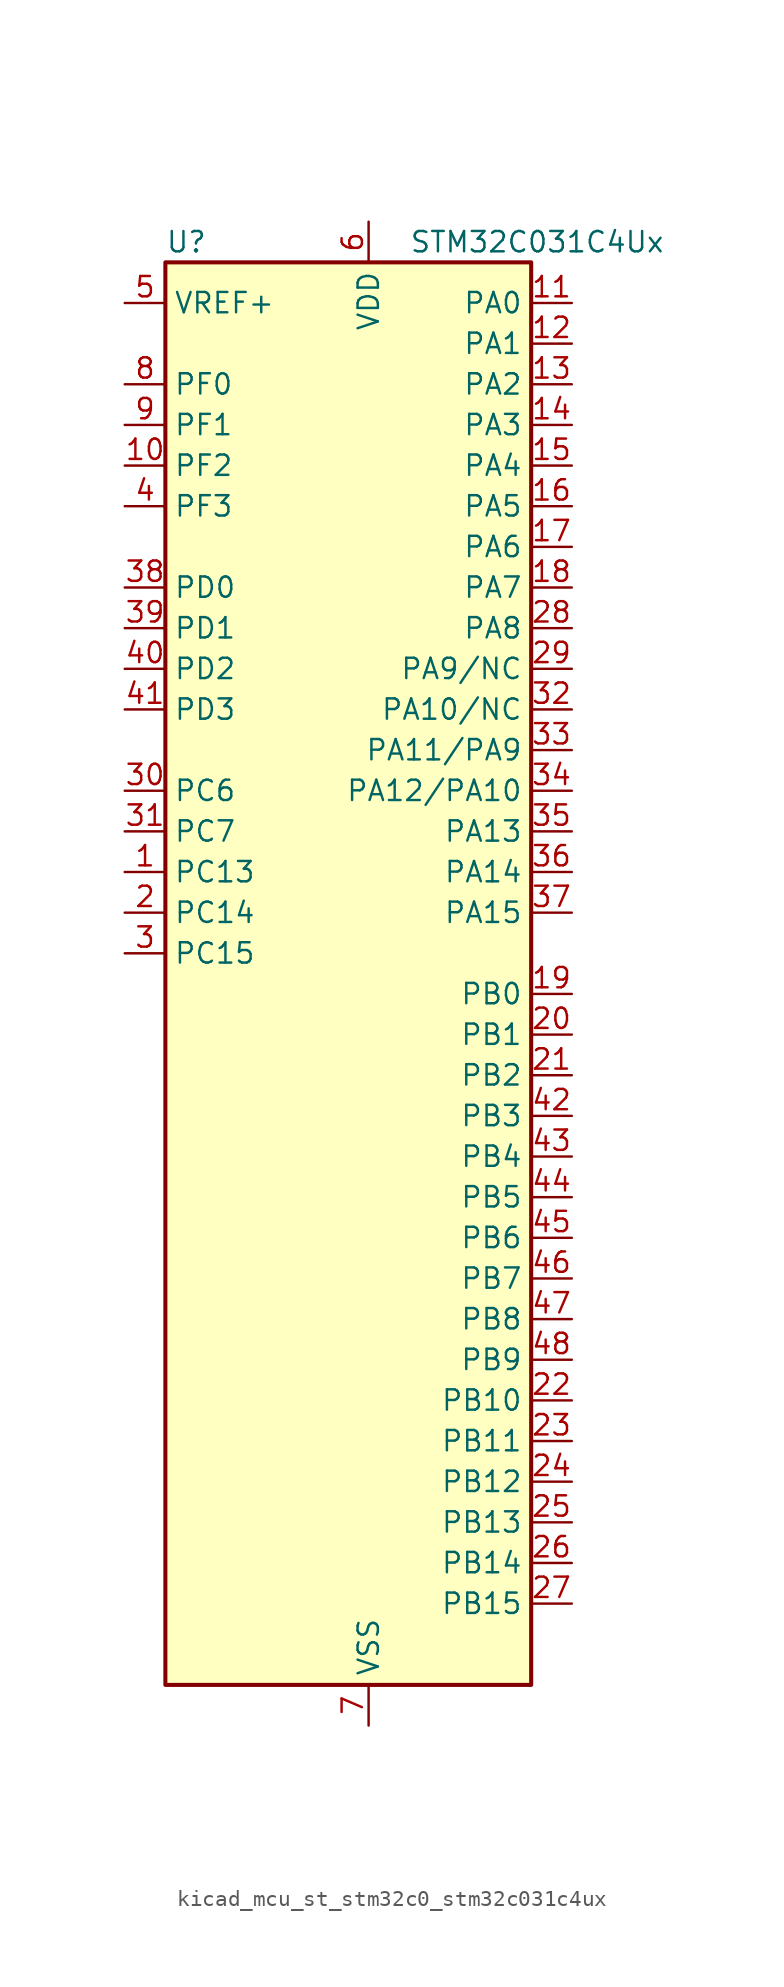
<source format=kicad_sym>
(kicad_symbol_lib
  (version 20220914)
  (generator kicad_symbol_editor)
  (symbol "kicad_mcu_st_stm32c0_stm32c031c4ux"
    (property "Reference" "U"
      (at -10.16 46.99 0)
      (effects (font (size 1.27 1.27)) (justify left)))
    (property "Value" "STM32C031C4Ux"
      (at 5.08 46.99 0)
      (effects (font (size 1.27 1.27)) (justify left)))
    (property "ki_locked" ""
      (at 0 0 0)
      (effects (font (size 1.27 1.27))))
    (symbol "kicad_mcu_st_stm32c0_stm32c031c4ux_0_1"
      (rectangle (start -10.16 -43.18) (end 12.7 45.72) (stroke (width 0.254) (type default)) (fill (type background))))
    (symbol "kicad_mcu_st_stm32c0_stm32c031c4ux_1_1"
      (pin bidirectional line (at -12.7 7.62 0) (length 2.54) (name "PC13" (effects (font (size 1.27 1.27)))) (number "1" (effects (font (size 1.27 1.27)))) (alternate "PWR_WKUP2" bidirectional line) (alternate "RTC_OUT1" bidirectional line) (alternate "RTC_TS" bidirectional line) (alternate "TIM1_BKIN" bidirectional line) (alternate "TIM1_ETR" bidirectional line))
      (pin bidirectional line (at -12.7 33.02 0) (length 2.54) (name "PF2" (effects (font (size 1.27 1.27)))) (number "10" (effects (font (size 1.27 1.27)))) (alternate "RCC_MCO" bidirectional line) (alternate "TIM1_CH4" bidirectional line))
      (pin bidirectional line (at 15.24 43.18 180) (length 2.54) (name "PA0" (effects (font (size 1.27 1.27)))) (number "11" (effects (font (size 1.27 1.27)))) (alternate "ADC1_IN0" bidirectional line) (alternate "PWR_WKUP1" bidirectional line) (alternate "TIM16_CH1" bidirectional line) (alternate "TIM1_CH1" bidirectional line) (alternate "USART1_TX" bidirectional line) (alternate "USART2_CTS" bidirectional line) (alternate "USART2_NSS" bidirectional line))
      (pin bidirectional line (at 15.24 40.64 180) (length 2.54) (name "PA1" (effects (font (size 1.27 1.27)))) (number "12" (effects (font (size 1.27 1.27)))) (alternate "ADC1_IN1" bidirectional line) (alternate "I2C1_SMBA" bidirectional line) (alternate "I2S1_CK" bidirectional line) (alternate "SPI1_SCK" bidirectional line) (alternate "TIM17_CH1" bidirectional line) (alternate "TIM1_CH2" bidirectional line) (alternate "USART1_RX" bidirectional line) (alternate "USART2_CK" bidirectional line) (alternate "USART2_DE" bidirectional line) (alternate "USART2_RTS" bidirectional line))
      (pin bidirectional line (at 15.24 38.1 180) (length 2.54) (name "PA2" (effects (font (size 1.27 1.27)))) (number "13" (effects (font (size 1.27 1.27)))) (alternate "ADC1_IN2" bidirectional line) (alternate "I2S1_SD" bidirectional line) (alternate "PWR_WKUP4" bidirectional line) (alternate "RCC_LSCO" bidirectional line) (alternate "SPI1_MOSI" bidirectional line) (alternate "TIM16_CH1N" bidirectional line) (alternate "TIM1_CH3" bidirectional line) (alternate "TIM3_ETR" bidirectional line) (alternate "USART2_TX" bidirectional line))
      (pin bidirectional line (at 15.24 35.56 180) (length 2.54) (name "PA3" (effects (font (size 1.27 1.27)))) (number "14" (effects (font (size 1.27 1.27)))) (alternate "ADC1_IN3" bidirectional line) (alternate "TIM1_CH1N" bidirectional line) (alternate "TIM1_CH4" bidirectional line) (alternate "USART2_RX" bidirectional line))
      (pin bidirectional line (at 15.24 33.02 180) (length 2.54) (name "PA4" (effects (font (size 1.27 1.27)))) (number "15" (effects (font (size 1.27 1.27)))) (alternate "ADC1_IN4" bidirectional line) (alternate "I2S1_WS" bidirectional line) (alternate "RTC_OUT2" bidirectional line) (alternate "SPI1_NSS" bidirectional line) (alternate "TIM14_CH1" bidirectional line) (alternate "TIM17_CH1N" bidirectional line) (alternate "TIM1_CH2N" bidirectional line) (alternate "USART2_TX" bidirectional line))
      (pin bidirectional line (at 15.24 30.48 180) (length 2.54) (name "PA5" (effects (font (size 1.27 1.27)))) (number "16" (effects (font (size 1.27 1.27)))) (alternate "ADC1_IN5" bidirectional line) (alternate "I2S1_CK" bidirectional line) (alternate "SPI1_SCK" bidirectional line) (alternate "TIM1_CH1" bidirectional line) (alternate "TIM1_CH3N" bidirectional line) (alternate "USART2_RX" bidirectional line))
      (pin bidirectional line (at 15.24 27.94 180) (length 2.54) (name "PA6" (effects (font (size 1.27 1.27)))) (number "17" (effects (font (size 1.27 1.27)))) (alternate "ADC1_IN6" bidirectional line) (alternate "I2S1_MCK" bidirectional line) (alternate "SPI1_MISO" bidirectional line) (alternate "TIM16_CH1" bidirectional line) (alternate "TIM1_BKIN" bidirectional line) (alternate "TIM3_CH1" bidirectional line))
      (pin bidirectional line (at 15.24 25.4 180) (length 2.54) (name "PA7" (effects (font (size 1.27 1.27)))) (number "18" (effects (font (size 1.27 1.27)))) (alternate "ADC1_IN7" bidirectional line) (alternate "I2S1_SD" bidirectional line) (alternate "SPI1_MOSI" bidirectional line) (alternate "TIM14_CH1" bidirectional line) (alternate "TIM17_CH1" bidirectional line) (alternate "TIM1_CH1N" bidirectional line) (alternate "TIM3_CH2" bidirectional line))
      (pin bidirectional line (at 15.24 0 180) (length 2.54) (name "PB0" (effects (font (size 1.27 1.27)))) (number "19" (effects (font (size 1.27 1.27)))) (alternate "ADC1_IN17" bidirectional line) (alternate "I2S1_WS" bidirectional line) (alternate "SPI1_NSS" bidirectional line) (alternate "TIM1_CH2N" bidirectional line) (alternate "TIM3_CH3" bidirectional line))
      (pin bidirectional line (at -12.7 5.08 0) (length 2.54) (name "PC14" (effects (font (size 1.27 1.27)))) (number "2" (effects (font (size 1.27 1.27)))) (alternate "I2C1_SDA" bidirectional line) (alternate "IR_OUT" bidirectional line) (alternate "RCC_OSCX_IN" bidirectional line) (alternate "TIM17_CH1" bidirectional line) (alternate "TIM1_BKIN2" bidirectional line) (alternate "TIM1_ETR" bidirectional line) (alternate "TIM3_CH2" bidirectional line) (alternate "USART1_TX" bidirectional line) (alternate "USART2_CK" bidirectional line) (alternate "USART2_DE" bidirectional line) (alternate "USART2_RTS" bidirectional line))
      (pin bidirectional line (at 15.24 -2.54 180) (length 2.54) (name "PB1" (effects (font (size 1.27 1.27)))) (number "20" (effects (font (size 1.27 1.27)))) (alternate "ADC1_IN18" bidirectional line) (alternate "TIM14_CH1" bidirectional line) (alternate "TIM1_CH2N" bidirectional line) (alternate "TIM1_CH3N" bidirectional line) (alternate "TIM3_CH4" bidirectional line))
      (pin bidirectional line (at 15.24 -5.08 180) (length 2.54) (name "PB2" (effects (font (size 1.27 1.27)))) (number "21" (effects (font (size 1.27 1.27)))) (alternate "ADC1_IN19" bidirectional line) (alternate "RCC_MCO_2" bidirectional line) (alternate "USART1_RX" bidirectional line))
      (pin bidirectional line (at 15.24 -25.4 180) (length 2.54) (name "PB10" (effects (font (size 1.27 1.27)))) (number "22" (effects (font (size 1.27 1.27)))) (alternate "ADC1_IN20" bidirectional line))
      (pin bidirectional line (at 15.24 -27.94 180) (length 2.54) (name "PB11" (effects (font (size 1.27 1.27)))) (number "23" (effects (font (size 1.27 1.27)))) (alternate "ADC1_EXTI11" bidirectional line) (alternate "ADC1_IN21" bidirectional line))
      (pin bidirectional line (at 15.24 -30.48 180) (length 2.54) (name "PB12" (effects (font (size 1.27 1.27)))) (number "24" (effects (font (size 1.27 1.27)))) (alternate "ADC1_IN22" bidirectional line) (alternate "TIM1_BKIN" bidirectional line) (alternate "TIM1_BKIN2" bidirectional line))
      (pin bidirectional line (at 15.24 -33.02 180) (length 2.54) (name "PB13" (effects (font (size 1.27 1.27)))) (number "25" (effects (font (size 1.27 1.27)))) (alternate "TIM1_CH1N" bidirectional line))
      (pin bidirectional line (at 15.24 -35.56 180) (length 2.54) (name "PB14" (effects (font (size 1.27 1.27)))) (number "26" (effects (font (size 1.27 1.27)))) (alternate "TIM1_CH2N" bidirectional line))
      (pin bidirectional line (at 15.24 -38.1 180) (length 2.54) (name "PB15" (effects (font (size 1.27 1.27)))) (number "27" (effects (font (size 1.27 1.27)))) (alternate "RTC_REFIN" bidirectional line) (alternate "TIM1_CH3N" bidirectional line))
      (pin bidirectional line (at 15.24 22.86 180) (length 2.54) (name "PA8" (effects (font (size 1.27 1.27)))) (number "28" (effects (font (size 1.27 1.27)))) (alternate "ADC1_IN8" bidirectional line) (alternate "I2S1_WS" bidirectional line) (alternate "RCC_MCO" bidirectional line) (alternate "RCC_MCO_2" bidirectional line) (alternate "SPI1_NSS" bidirectional line) (alternate "TIM14_CH1" bidirectional line) (alternate "TIM1_CH1" bidirectional line) (alternate "TIM1_CH2N" bidirectional line) (alternate "TIM1_CH3N" bidirectional line) (alternate "TIM3_CH3" bidirectional line) (alternate "TIM3_CH4" bidirectional line) (alternate "USART1_RX" bidirectional line) (alternate "USART2_TX" bidirectional line))
      (pin bidirectional line (at 15.24 20.32 180) (length 2.54) (name "PA9/NC" (effects (font (size 1.27 1.27)))) (number "29" (effects (font (size 1.27 1.27)))) (alternate "I2C1_SCL" bidirectional line) (alternate "RCC_MCO" bidirectional line) (alternate "TIM1_CH2" bidirectional line) (alternate "TIM3_ETR" bidirectional line) (alternate "USART1_TX" bidirectional line))
      (pin bidirectional line (at -12.7 2.54 0) (length 2.54) (name "PC15" (effects (font (size 1.27 1.27)))) (number "3" (effects (font (size 1.27 1.27)))) (alternate "RCC_OSC32_EN" bidirectional line) (alternate "RCC_OSCX_OUT" bidirectional line) (alternate "RCC_OSC_EN" bidirectional line) (alternate "TIM1_ETR" bidirectional line) (alternate "TIM3_CH3" bidirectional line))
      (pin bidirectional line (at -12.7 12.7 0) (length 2.54) (name "PC6" (effects (font (size 1.27 1.27)))) (number "30" (effects (font (size 1.27 1.27)))) (alternate "TIM3_CH1" bidirectional line))
      (pin bidirectional line (at -12.7 10.16 0) (length 2.54) (name "PC7" (effects (font (size 1.27 1.27)))) (number "31" (effects (font (size 1.27 1.27)))) (alternate "TIM3_CH2" bidirectional line))
      (pin bidirectional line (at 15.24 17.78 180) (length 2.54) (name "PA10/NC" (effects (font (size 1.27 1.27)))) (number "32" (effects (font (size 1.27 1.27)))) (alternate "I2C1_SDA" bidirectional line) (alternate "RCC_MCO_2" bidirectional line) (alternate "TIM17_BKIN" bidirectional line) (alternate "TIM1_CH3" bidirectional line) (alternate "USART1_RX" bidirectional line))
      (pin bidirectional line (at 15.24 15.24 180) (length 2.54) (name "PA11/PA9" (effects (font (size 1.27 1.27)))) (number "33" (effects (font (size 1.27 1.27)))) (alternate "ADC1_EXTI11" bidirectional line) (alternate "ADC1_IN11" bidirectional line) (alternate "I2S1_MCK" bidirectional line) (alternate "SPI1_MISO" bidirectional line) (alternate "TIM1_BKIN2" bidirectional line) (alternate "TIM1_CH4" bidirectional line) (alternate "USART1_CTS" bidirectional line) (alternate "USART1_NSS" bidirectional line))
      (pin bidirectional line (at 15.24 12.7 180) (length 2.54) (name "PA12/PA10" (effects (font (size 1.27 1.27)))) (number "34" (effects (font (size 1.27 1.27)))) (alternate "ADC1_IN12" bidirectional line) (alternate "I2S1_SD" bidirectional line) (alternate "I2S_CKIN" bidirectional line) (alternate "SPI1_MOSI" bidirectional line) (alternate "TIM1_ETR" bidirectional line) (alternate "USART1_CK" bidirectional line) (alternate "USART1_DE" bidirectional line) (alternate "USART1_RTS" bidirectional line))
      (pin bidirectional line (at 15.24 10.16 180) (length 2.54) (name "PA13" (effects (font (size 1.27 1.27)))) (number "35" (effects (font (size 1.27 1.27)))) (alternate "ADC1_IN13" bidirectional line) (alternate "DEBUG_SWDIO" bidirectional line) (alternate "IR_OUT" bidirectional line) (alternate "TIM3_ETR" bidirectional line) (alternate "USART2_RX" bidirectional line))
      (pin bidirectional line (at 15.24 7.62 180) (length 2.54) (name "PA14" (effects (font (size 1.27 1.27)))) (number "36" (effects (font (size 1.27 1.27)))) (alternate "ADC1_IN14" bidirectional line) (alternate "DEBUG_SWCLK" bidirectional line) (alternate "I2S1_WS" bidirectional line) (alternate "RCC_MCO_2" bidirectional line) (alternate "SPI1_NSS" bidirectional line) (alternate "TIM1_CH1" bidirectional line) (alternate "USART1_CK" bidirectional line) (alternate "USART1_DE" bidirectional line) (alternate "USART1_RTS" bidirectional line) (alternate "USART2_RX" bidirectional line) (alternate "USART2_TX" bidirectional line))
      (pin bidirectional line (at 15.24 5.08 180) (length 2.54) (name "PA15" (effects (font (size 1.27 1.27)))) (number "37" (effects (font (size 1.27 1.27)))) (alternate "I2S1_WS" bidirectional line) (alternate "RCC_MCO_2" bidirectional line) (alternate "SPI1_NSS" bidirectional line) (alternate "TIM1_CH1" bidirectional line) (alternate "USART1_CK" bidirectional line) (alternate "USART1_DE" bidirectional line) (alternate "USART1_RTS" bidirectional line) (alternate "USART2_RX" bidirectional line))
      (pin bidirectional line (at -12.7 25.4 0) (length 2.54) (name "PD0" (effects (font (size 1.27 1.27)))) (number "38" (effects (font (size 1.27 1.27)))) (alternate "TIM16_CH1" bidirectional line))
      (pin bidirectional line (at -12.7 22.86 0) (length 2.54) (name "PD1" (effects (font (size 1.27 1.27)))) (number "39" (effects (font (size 1.27 1.27)))) (alternate "TIM17_CH1" bidirectional line))
      (pin bidirectional line (at -12.7 30.48 0) (length 2.54) (name "PF3" (effects (font (size 1.27 1.27)))) (number "4" (effects (font (size 1.27 1.27)))))
      (pin bidirectional line (at -12.7 20.32 0) (length 2.54) (name "PD2" (effects (font (size 1.27 1.27)))) (number "40" (effects (font (size 1.27 1.27)))) (alternate "TIM1_CH1N" bidirectional line) (alternate "TIM3_ETR" bidirectional line))
      (pin bidirectional line (at -12.7 17.78 0) (length 2.54) (name "PD3" (effects (font (size 1.27 1.27)))) (number "41" (effects (font (size 1.27 1.27)))) (alternate "TIM1_CH2N" bidirectional line) (alternate "USART2_CTS" bidirectional line) (alternate "USART2_NSS" bidirectional line))
      (pin bidirectional line (at 15.24 -7.62 180) (length 2.54) (name "PB3" (effects (font (size 1.27 1.27)))) (number "42" (effects (font (size 1.27 1.27)))) (alternate "I2S1_CK" bidirectional line) (alternate "SPI1_SCK" bidirectional line) (alternate "TIM1_CH2" bidirectional line) (alternate "TIM3_CH2" bidirectional line) (alternate "USART1_CK" bidirectional line) (alternate "USART1_DE" bidirectional line) (alternate "USART1_RTS" bidirectional line))
      (pin bidirectional line (at 15.24 -10.16 180) (length 2.54) (name "PB4" (effects (font (size 1.27 1.27)))) (number "43" (effects (font (size 1.27 1.27)))) (alternate "I2S1_MCK" bidirectional line) (alternate "SPI1_MISO" bidirectional line) (alternate "TIM17_BKIN" bidirectional line) (alternate "TIM3_CH1" bidirectional line) (alternate "USART1_CTS" bidirectional line) (alternate "USART1_NSS" bidirectional line))
      (pin bidirectional line (at 15.24 -12.7 180) (length 2.54) (name "PB5" (effects (font (size 1.27 1.27)))) (number "44" (effects (font (size 1.27 1.27)))) (alternate "I2C1_SMBA" bidirectional line) (alternate "I2S1_SD" bidirectional line) (alternate "PWR_WKUP6" bidirectional line) (alternate "SPI1_MOSI" bidirectional line) (alternate "TIM16_BKIN" bidirectional line) (alternate "TIM3_CH2" bidirectional line) (alternate "TIM3_CH3" bidirectional line))
      (pin bidirectional line (at 15.24 -15.24 180) (length 2.54) (name "PB6" (effects (font (size 1.27 1.27)))) (number "45" (effects (font (size 1.27 1.27)))) (alternate "I2C1_SCL" bidirectional line) (alternate "I2C1_SMBA" bidirectional line) (alternate "I2S1_CK" bidirectional line) (alternate "I2S1_MCK" bidirectional line) (alternate "I2S1_SD" bidirectional line) (alternate "PWR_WKUP3" bidirectional line) (alternate "SPI1_MISO" bidirectional line) (alternate "SPI1_MOSI" bidirectional line) (alternate "SPI1_SCK" bidirectional line) (alternate "TIM16_BKIN" bidirectional line) (alternate "TIM16_CH1N" bidirectional line) (alternate "TIM17_BKIN" bidirectional line) (alternate "TIM1_CH2" bidirectional line) (alternate "TIM1_CH3" bidirectional line) (alternate "TIM3_CH1" bidirectional line) (alternate "TIM3_CH2" bidirectional line) (alternate "TIM3_CH3" bidirectional line) (alternate "USART1_CK" bidirectional line) (alternate "USART1_CTS" bidirectional line) (alternate "USART1_DE" bidirectional line) (alternate "USART1_NSS" bidirectional line) (alternate "USART1_RTS" bidirectional line) (alternate "USART1_TX" bidirectional line))
      (pin bidirectional line (at 15.24 -17.78 180) (length 2.54) (name "PB7" (effects (font (size 1.27 1.27)))) (number "46" (effects (font (size 1.27 1.27)))) (alternate "I2C1_SCL" bidirectional line) (alternate "I2C1_SDA" bidirectional line) (alternate "TIM16_CH1" bidirectional line) (alternate "TIM17_CH1N" bidirectional line) (alternate "TIM1_CH4" bidirectional line) (alternate "TIM3_CH1" bidirectional line) (alternate "TIM3_CH4" bidirectional line) (alternate "USART1_RX" bidirectional line) (alternate "USART2_CTS" bidirectional line) (alternate "USART2_NSS" bidirectional line))
      (pin bidirectional line (at 15.24 -20.32 180) (length 2.54) (name "PB8" (effects (font (size 1.27 1.27)))) (number "47" (effects (font (size 1.27 1.27)))) (alternate "I2C1_SCL" bidirectional line) (alternate "TIM16_CH1" bidirectional line) (alternate "TIM3_CH1" bidirectional line) (alternate "USART2_CTS" bidirectional line) (alternate "USART2_NSS" bidirectional line))
      (pin bidirectional line (at 15.24 -22.86 180) (length 2.54) (name "PB9" (effects (font (size 1.27 1.27)))) (number "48" (effects (font (size 1.27 1.27)))) (alternate "I2C1_SDA" bidirectional line) (alternate "IR_OUT" bidirectional line) (alternate "TIM17_CH1" bidirectional line) (alternate "TIM3_CH2" bidirectional line) (alternate "USART2_CK" bidirectional line) (alternate "USART2_DE" bidirectional line) (alternate "USART2_RTS" bidirectional line))
      (pin passive line (at 2.54 -45.72 90) (length 2.54) hide (name "VSS" (effects (font (size 1.27 1.27)))) (number "49" (effects (font (size 1.27 1.27)))))
      (pin input line (at -12.7 43.18 0) (length 2.54) (name "VREF+" (effects (font (size 1.27 1.27)))) (number "5" (effects (font (size 1.27 1.27)))))
      (pin power_in line (at 2.54 48.26 270) (length 2.54) (name "VDD" (effects (font (size 1.27 1.27)))) (number "6" (effects (font (size 1.27 1.27)))))
      (pin power_in line (at 2.54 -45.72 90) (length 2.54) (name "VSS" (effects (font (size 1.27 1.27)))) (number "7" (effects (font (size 1.27 1.27)))))
      (pin bidirectional line (at -12.7 38.1 0) (length 2.54) (name "PF0" (effects (font (size 1.27 1.27)))) (number "8" (effects (font (size 1.27 1.27)))) (alternate "RCC_OSC_IN" bidirectional line) (alternate "TIM14_CH1" bidirectional line))
      (pin bidirectional line (at -12.7 35.56 0) (length 2.54) (name "PF1" (effects (font (size 1.27 1.27)))) (number "9" (effects (font (size 1.27 1.27)))) (alternate "RCC_OSC_EN" bidirectional line) (alternate "RCC_OSC_OUT" bidirectional line)))))
</source>
